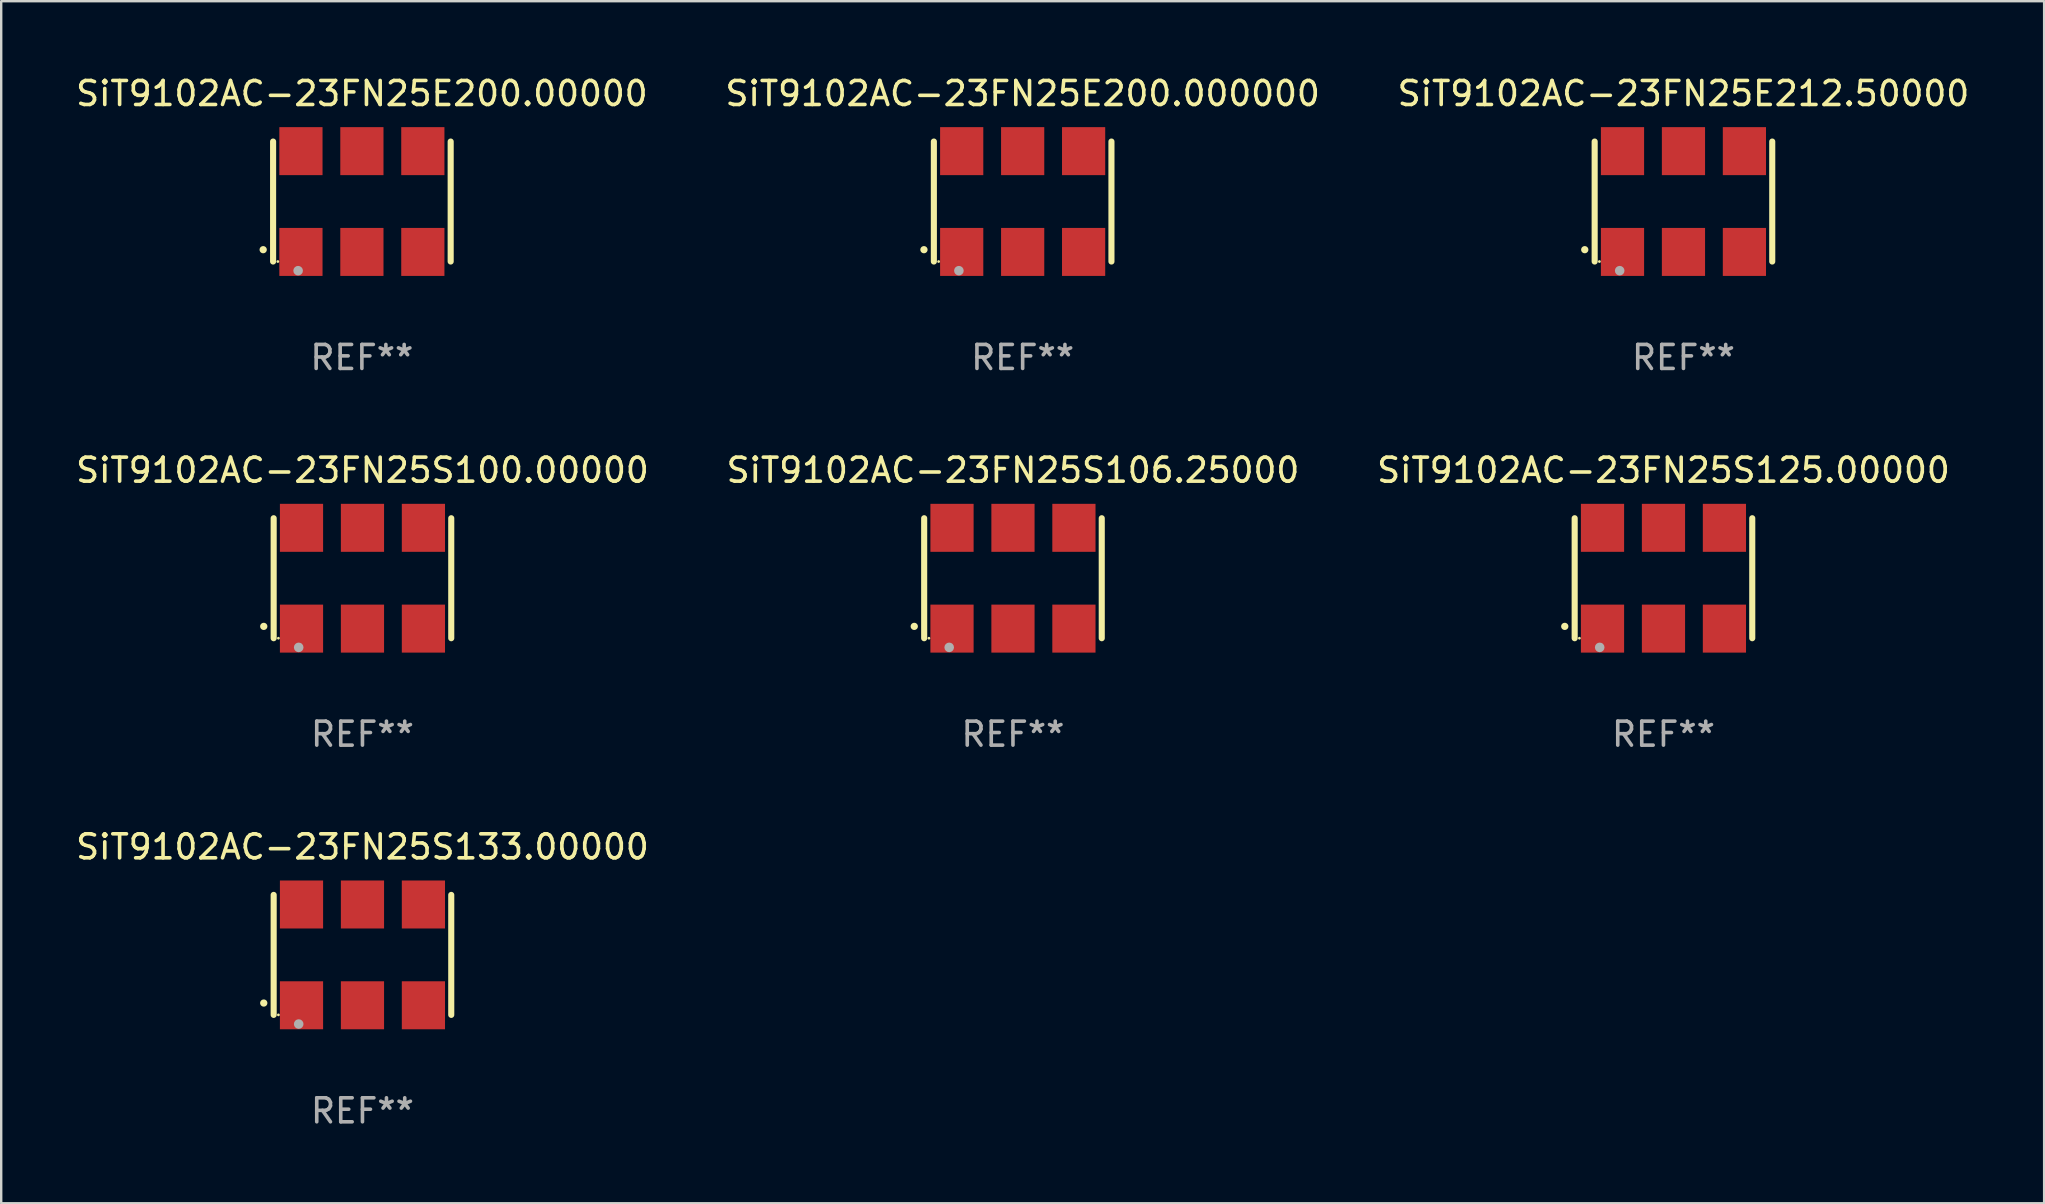
<source format=kicad_pcb>
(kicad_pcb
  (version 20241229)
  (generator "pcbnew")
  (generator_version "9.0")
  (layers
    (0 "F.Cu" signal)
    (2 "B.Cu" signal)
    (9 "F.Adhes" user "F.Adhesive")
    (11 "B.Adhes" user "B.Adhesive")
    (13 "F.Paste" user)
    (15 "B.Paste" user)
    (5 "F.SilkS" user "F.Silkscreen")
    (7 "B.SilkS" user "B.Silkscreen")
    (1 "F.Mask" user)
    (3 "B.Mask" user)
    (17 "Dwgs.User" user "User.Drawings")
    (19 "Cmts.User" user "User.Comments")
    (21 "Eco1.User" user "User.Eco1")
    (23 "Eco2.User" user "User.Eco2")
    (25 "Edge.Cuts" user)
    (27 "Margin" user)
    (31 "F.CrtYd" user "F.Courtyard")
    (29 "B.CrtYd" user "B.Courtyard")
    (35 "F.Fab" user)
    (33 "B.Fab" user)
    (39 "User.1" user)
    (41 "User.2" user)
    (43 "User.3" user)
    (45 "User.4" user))
  (footprint "SiT9102AC-23FN25E200.00000"
    (layer "F.Cu")
    (at 12.03 5.348)
    (property "Reference" "SiT9102AC-23FN25E200.00000" (at 0 -4.5 0) (layer "F.SilkS") (effects (font (size 1 1) (thickness 0.15))))
    (attr through_hole)
    (fp_line (start -3.7 -2.5) (end -3.7 2.5) (stroke (width 0.254) (type solid)) (layer "F.SilkS"))
    (fp_line (start 3.7 -2.5) (end 3.7 2.5) (stroke (width 0.254) (type solid)) (layer "F.SilkS"))
    (fp_arc (start -4.114415 2.006604) (mid -4.113145 2.006599) (end -4.111875 2.006604) (stroke (width 0.3) (type solid)) (layer "F.SilkS"))
    (fp_circle (center -3.502 2.5) (end -3.472 2.5) (stroke (width 0.06) (type solid)) (fill no) (layer "F.SilkS"))
    (fp_circle (center -2.657 2.882) (end -2.557 2.882) (stroke (width 0.2) (type solid)) (fill no) (layer "F.Fab"))
    (fp_text user "REF**" (at 0 6.5 0) (layer "F.Fab") (effects (font (size 1 1) (thickness 0.15))))
    (pad "1" smd rect (at -2.54 2.1) (size 1.8 2) (layers "F.Cu" "F.Mask" "F.Paste"))
    (pad "2" smd rect (at 0.000394 2.1) (size 1.8 2) (layers "F.Cu" "F.Mask" "F.Paste"))
    (pad "3" smd rect (at 2.54 2.1) (size 1.8 2) (layers "F.Cu" "F.Mask" "F.Paste"))
    (pad "4" smd rect (at 2.54 -2.1) (size 1.8 2) (layers "F.Cu" "F.Mask" "F.Paste"))
    (pad "5" smd rect (at 0.000394 -2.1) (size 1.8 2) (layers "F.Cu" "F.Mask" "F.Paste"))
    (pad "6" smd rect (at -2.54 -2.1) (size 1.8 2) (layers "F.Cu" "F.Mask" "F.Paste")))
  (footprint "SiT9102AC-23FN25E200.000000"
    (layer "F.Cu")
    (at 39.565 5.348)
    (property "Reference" "SiT9102AC-23FN25E200.000000" (at 0 -4.5 0) (layer "F.SilkS") (effects (font (size 1 1) (thickness 0.15))))
    (attr through_hole)
    (fp_line (start -3.7 -2.5) (end -3.7 2.5) (stroke (width 0.254) (type solid)) (layer "F.SilkS"))
    (fp_line (start 3.7 -2.5) (end 3.7 2.5) (stroke (width 0.254) (type solid)) (layer "F.SilkS"))
    (fp_arc (start -4.114415 2.006604) (mid -4.113145 2.006599) (end -4.111875 2.006604) (stroke (width 0.3) (type solid)) (layer "F.SilkS"))
    (fp_circle (center -3.502 2.5) (end -3.472 2.5) (stroke (width 0.06) (type solid)) (fill no) (layer "F.SilkS"))
    (fp_circle (center -2.657 2.882) (end -2.557 2.882) (stroke (width 0.2) (type solid)) (fill no) (layer "F.Fab"))
    (fp_text user "REF**" (at 0 6.5 0) (layer "F.Fab") (effects (font (size 1 1) (thickness 0.15))))
    (pad "1" smd rect (at -2.54 2.1) (size 1.8 2) (layers "F.Cu" "F.Mask" "F.Paste"))
    (pad "2" smd rect (at 0.000394 2.1) (size 1.8 2) (layers "F.Cu" "F.Mask" "F.Paste"))
    (pad "3" smd rect (at 2.54 2.1) (size 1.8 2) (layers "F.Cu" "F.Mask" "F.Paste"))
    (pad "4" smd rect (at 2.54 -2.1) (size 1.8 2) (layers "F.Cu" "F.Mask" "F.Paste"))
    (pad "5" smd rect (at 0.000394 -2.1) (size 1.8 2) (layers "F.Cu" "F.Mask" "F.Paste"))
    (pad "6" smd rect (at -2.54 -2.1) (size 1.8 2) (layers "F.Cu" "F.Mask" "F.Paste")))
  (footprint "SiT9102AC-23FN25E212.50000"
    (layer "F.Cu")
    (at 67.101 5.348)
    (property "Reference" "SiT9102AC-23FN25E212.50000" (at 0 -4.5 0) (layer "F.SilkS") (effects (font (size 1 1) (thickness 0.15))))
    (attr through_hole)
    (fp_line (start -3.7 -2.5) (end -3.7 2.5) (stroke (width 0.254) (type solid)) (layer "F.SilkS"))
    (fp_line (start 3.7 -2.5) (end 3.7 2.5) (stroke (width 0.254) (type solid)) (layer "F.SilkS"))
    (fp_arc (start -4.114415 2.006604) (mid -4.113145 2.006599) (end -4.111875 2.006604) (stroke (width 0.3) (type solid)) (layer "F.SilkS"))
    (fp_circle (center -3.502 2.5) (end -3.472 2.5) (stroke (width 0.06) (type solid)) (fill no) (layer "F.SilkS"))
    (fp_circle (center -2.657 2.882) (end -2.557 2.882) (stroke (width 0.2) (type solid)) (fill no) (layer "F.Fab"))
    (fp_text user "REF**" (at 0 6.5 0) (layer "F.Fab") (effects (font (size 1 1) (thickness 0.15))))
    (pad "1" smd rect (at -2.54 2.1) (size 1.8 2) (layers "F.Cu" "F.Mask" "F.Paste"))
    (pad "2" smd rect (at 0.000394 2.1) (size 1.8 2) (layers "F.Cu" "F.Mask" "F.Paste"))
    (pad "3" smd rect (at 2.54 2.1) (size 1.8 2) (layers "F.Cu" "F.Mask" "F.Paste"))
    (pad "4" smd rect (at 2.54 -2.1) (size 1.8 2) (layers "F.Cu" "F.Mask" "F.Paste"))
    (pad "5" smd rect (at 0.000394 -2.1) (size 1.8 2) (layers "F.Cu" "F.Mask" "F.Paste"))
    (pad "6" smd rect (at -2.54 -2.1) (size 1.8 2) (layers "F.Cu" "F.Mask" "F.Paste")))
  (footprint "SiT9102AC-23FN25S106.25000"
    (layer "F.Cu")
    (at 39.161 21.045)
    (property "Reference" "SiT9102AC-23FN25S106.25000" (at 0 -4.5 0) (layer "F.SilkS") (effects (font (size 1 1) (thickness 0.15))))
    (attr through_hole)
    (fp_line (start -3.7 -2.5) (end -3.7 2.5) (stroke (width 0.254) (type solid)) (layer "F.SilkS"))
    (fp_line (start 3.7 -2.5) (end 3.7 2.5) (stroke (width 0.254) (type solid)) (layer "F.SilkS"))
    (fp_arc (start -4.114415 2.006604) (mid -4.113145 2.006599) (end -4.111875 2.006604) (stroke (width 0.3) (type solid)) (layer "F.SilkS"))
    (fp_circle (center -3.502 2.5) (end -3.472 2.5) (stroke (width 0.06) (type solid)) (fill no) (layer "F.SilkS"))
    (fp_circle (center -2.657 2.882) (end -2.557 2.882) (stroke (width 0.2) (type solid)) (fill no) (layer "F.Fab"))
    (fp_text user "REF**" (at 0 6.5 0) (layer "F.Fab") (effects (font (size 1 1) (thickness 0.15))))
    (pad "1" smd rect (at -2.54 2.1) (size 1.8 2) (layers "F.Cu" "F.Mask" "F.Paste"))
    (pad "2" smd rect (at 0.000394 2.1) (size 1.8 2) (layers "F.Cu" "F.Mask" "F.Paste"))
    (pad "3" smd rect (at 2.54 2.1) (size 1.8 2) (layers "F.Cu" "F.Mask" "F.Paste"))
    (pad "4" smd rect (at 2.54 -2.1) (size 1.8 2) (layers "F.Cu" "F.Mask" "F.Paste"))
    (pad "5" smd rect (at 0.000394 -2.1) (size 1.8 2) (layers "F.Cu" "F.Mask" "F.Paste"))
    (pad "6" smd rect (at -2.54 -2.1) (size 1.8 2) (layers "F.Cu" "F.Mask" "F.Paste")))
  (footprint "SiT9102AC-23FN25S133.00000"
    (layer "F.Cu")
    (at 12.054 36.741)
    (property "Reference" "SiT9102AC-23FN25S133.00000" (at 0 -4.5 0) (layer "F.SilkS") (effects (font (size 1 1) (thickness 0.15))))
    (attr through_hole)
    (fp_line (start -3.7 -2.5) (end -3.7 2.5) (stroke (width 0.254) (type solid)) (layer "F.SilkS"))
    (fp_line (start 3.7 -2.5) (end 3.7 2.5) (stroke (width 0.254) (type solid)) (layer "F.SilkS"))
    (fp_arc (start -4.114415 2.006604) (mid -4.113145 2.006599) (end -4.111875 2.006604) (stroke (width 0.3) (type solid)) (layer "F.SilkS"))
    (fp_circle (center -3.502 2.5) (end -3.472 2.5) (stroke (width 0.06) (type solid)) (fill no) (layer "F.SilkS"))
    (fp_circle (center -2.657 2.882) (end -2.557 2.882) (stroke (width 0.2) (type solid)) (fill no) (layer "F.Fab"))
    (fp_text user "REF**" (at 0 6.5 0) (layer "F.Fab") (effects (font (size 1 1) (thickness 0.15))))
    (pad "1" smd rect (at -2.54 2.1) (size 1.8 2) (layers "F.Cu" "F.Mask" "F.Paste"))
    (pad "2" smd rect (at 0.000394 2.1) (size 1.8 2) (layers "F.Cu" "F.Mask" "F.Paste"))
    (pad "3" smd rect (at 2.54 2.1) (size 1.8 2) (layers "F.Cu" "F.Mask" "F.Paste"))
    (pad "4" smd rect (at 2.54 -2.1) (size 1.8 2) (layers "F.Cu" "F.Mask" "F.Paste"))
    (pad "5" smd rect (at 0.000394 -2.1) (size 1.8 2) (layers "F.Cu" "F.Mask" "F.Paste"))
    (pad "6" smd rect (at -2.54 -2.1) (size 1.8 2) (layers "F.Cu" "F.Mask" "F.Paste")))
  (footprint "SiT9102AC-23FN25S125.00000"
    (layer "F.Cu")
    (at 66.268 21.045)
    (property "Reference" "SiT9102AC-23FN25S125.00000" (at 0 -4.5 0) (layer "F.SilkS") (effects (font (size 1 1) (thickness 0.15))))
    (attr through_hole)
    (fp_line (start -3.7 -2.5) (end -3.7 2.5) (stroke (width 0.254) (type solid)) (layer "F.SilkS"))
    (fp_line (start 3.7 -2.5) (end 3.7 2.5) (stroke (width 0.254) (type solid)) (layer "F.SilkS"))
    (fp_arc (start -4.114415 2.006604) (mid -4.113145 2.006599) (end -4.111875 2.006604) (stroke (width 0.3) (type solid)) (layer "F.SilkS"))
    (fp_circle (center -3.502 2.5) (end -3.472 2.5) (stroke (width 0.06) (type solid)) (fill no) (layer "F.SilkS"))
    (fp_circle (center -2.657 2.882) (end -2.557 2.882) (stroke (width 0.2) (type solid)) (fill no) (layer "F.Fab"))
    (fp_text user "REF**" (at 0 6.5 0) (layer "F.Fab") (effects (font (size 1 1) (thickness 0.15))))
    (pad "1" smd rect (at -2.54 2.1) (size 1.8 2) (layers "F.Cu" "F.Mask" "F.Paste"))
    (pad "2" smd rect (at 0.000394 2.1) (size 1.8 2) (layers "F.Cu" "F.Mask" "F.Paste"))
    (pad "3" smd rect (at 2.54 2.1) (size 1.8 2) (layers "F.Cu" "F.Mask" "F.Paste"))
    (pad "4" smd rect (at 2.54 -2.1) (size 1.8 2) (layers "F.Cu" "F.Mask" "F.Paste"))
    (pad "5" smd rect (at 0.000394 -2.1) (size 1.8 2) (layers "F.Cu" "F.Mask" "F.Paste"))
    (pad "6" smd rect (at -2.54 -2.1) (size 1.8 2) (layers "F.Cu" "F.Mask" "F.Paste")))
  (footprint "SiT9102AC-23FN25S100.00000"
    (layer "F.Cu")
    (at 12.054 21.045)
    (property "Reference" "SiT9102AC-23FN25S100.00000" (at 0 -4.5 0) (layer "F.SilkS") (effects (font (size 1 1) (thickness 0.15))))
    (attr through_hole)
    (fp_line (start -3.7 -2.5) (end -3.7 2.5) (stroke (width 0.254) (type solid)) (layer "F.SilkS"))
    (fp_line (start 3.7 -2.5) (end 3.7 2.5) (stroke (width 0.254) (type solid)) (layer "F.SilkS"))
    (fp_arc (start -4.114415 2.006604) (mid -4.113145 2.006599) (end -4.111875 2.006604) (stroke (width 0.3) (type solid)) (layer "F.SilkS"))
    (fp_circle (center -3.502 2.5) (end -3.472 2.5) (stroke (width 0.06) (type solid)) (fill no) (layer "F.SilkS"))
    (fp_circle (center -2.657 2.882) (end -2.557 2.882) (stroke (width 0.2) (type solid)) (fill no) (layer "F.Fab"))
    (fp_text user "REF**" (at 0 6.5 0) (layer "F.Fab") (effects (font (size 1 1) (thickness 0.15))))
    (pad "1" smd rect (at -2.54 2.1) (size 1.8 2) (layers "F.Cu" "F.Mask" "F.Paste"))
    (pad "2" smd rect (at 0.000394 2.1) (size 1.8 2) (layers "F.Cu" "F.Mask" "F.Paste"))
    (pad "3" smd rect (at 2.54 2.1) (size 1.8 2) (layers "F.Cu" "F.Mask" "F.Paste"))
    (pad "4" smd rect (at 2.54 -2.1) (size 1.8 2) (layers "F.Cu" "F.Mask" "F.Paste"))
    (pad "5" smd rect (at 0.000394 -2.1) (size 1.8 2) (layers "F.Cu" "F.Mask" "F.Paste"))
    (pad "6" smd rect (at -2.54 -2.1) (size 1.8 2) (layers "F.Cu" "F.Mask" "F.Paste")))
  (gr_rect
    (start -3 -3)
    (end 82.131 47.09)
    (stroke (width 0.1) (type default))
    (fill no)
    (layer "Edge.Cuts")))
</source>
